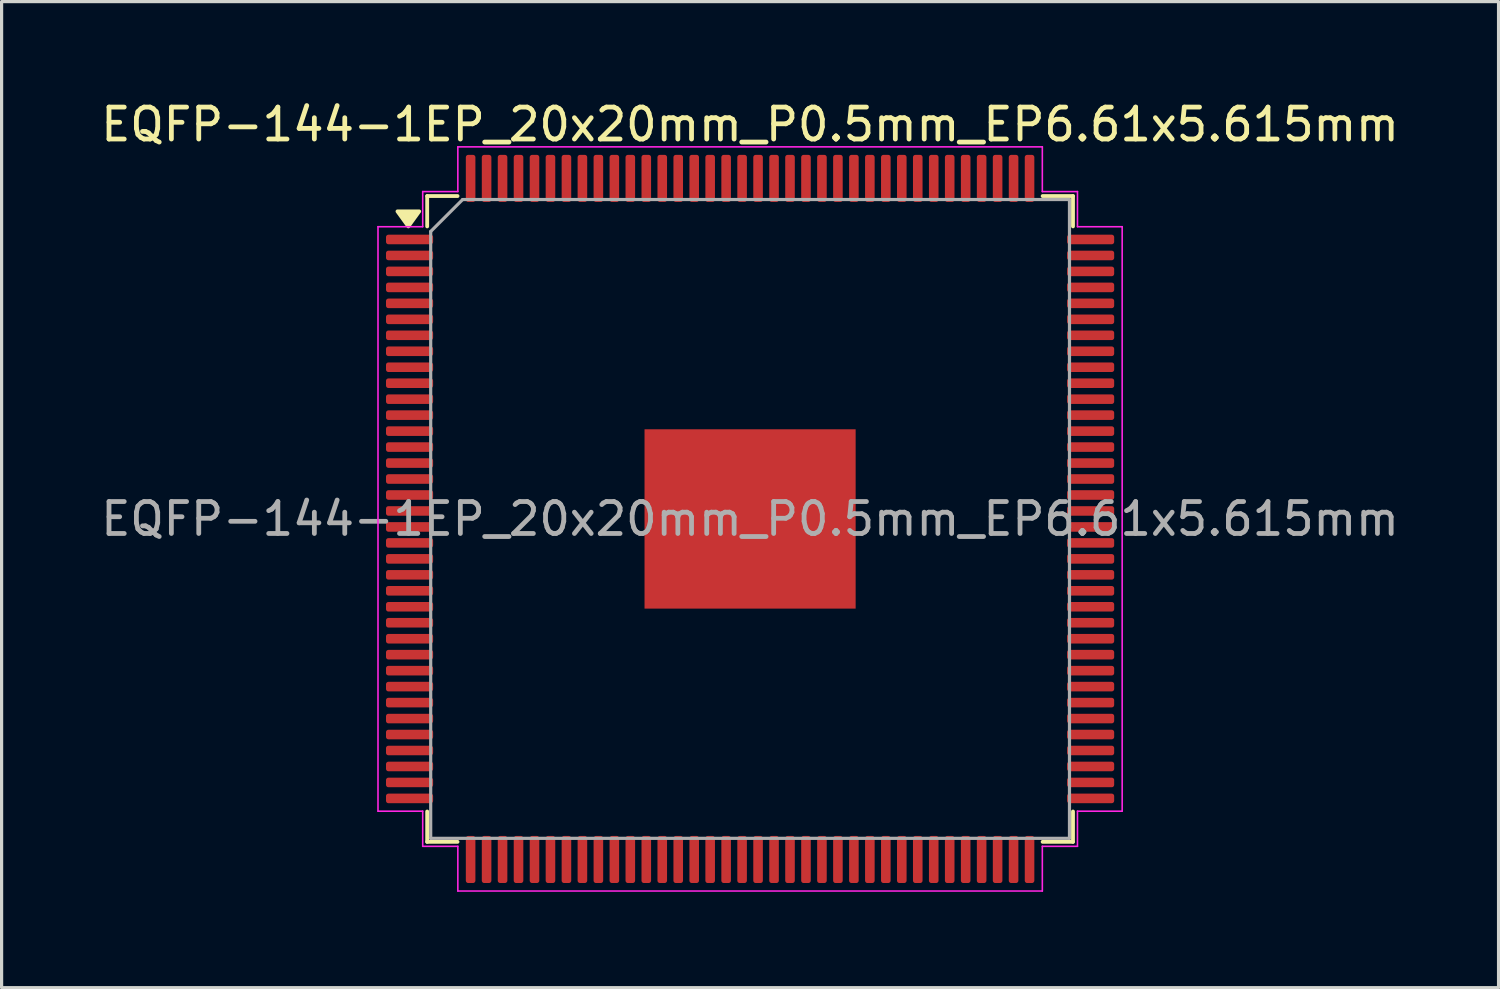
<source format=kicad_pcb>
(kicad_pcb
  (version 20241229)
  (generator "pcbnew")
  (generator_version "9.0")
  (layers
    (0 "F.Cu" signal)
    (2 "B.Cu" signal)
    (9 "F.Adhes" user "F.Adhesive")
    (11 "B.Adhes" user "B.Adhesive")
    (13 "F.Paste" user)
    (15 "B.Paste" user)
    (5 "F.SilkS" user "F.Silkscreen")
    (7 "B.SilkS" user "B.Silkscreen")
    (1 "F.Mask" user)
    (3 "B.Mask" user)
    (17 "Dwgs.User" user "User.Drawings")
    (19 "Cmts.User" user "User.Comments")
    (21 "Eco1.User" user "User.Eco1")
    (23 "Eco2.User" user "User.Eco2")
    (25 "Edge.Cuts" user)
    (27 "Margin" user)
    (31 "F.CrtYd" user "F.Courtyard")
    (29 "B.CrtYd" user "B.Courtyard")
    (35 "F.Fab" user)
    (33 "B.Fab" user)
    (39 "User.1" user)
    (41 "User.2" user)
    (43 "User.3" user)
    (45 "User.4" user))
  (footprint "EQFP-144-1EP_20x20mm_P0.5mm_EP6.61x5.615mm"
    (layer "F.Cu")
    (at 20.435 13.198)
    (property "Reference" "EQFP-144-1EP_20x20mm_P0.5mm_EP6.61x5.615mm" (at 0 -12.35 0) (layer "F.SilkS") (effects (font (size 1 1) (thickness 0.15))))
    (attr smd)
    (fp_line (start -10.11 -10.11) (end -10.11 -9.16) (stroke (width 0.12) (type solid)) (layer "F.SilkS"))
    (fp_line (start -10.11 10.11) (end -10.11 9.16) (stroke (width 0.12) (type solid)) (layer "F.SilkS"))
    (fp_line (start -9.16 -10.11) (end -10.11 -10.11) (stroke (width 0.12) (type solid)) (layer "F.SilkS"))
    (fp_line (start -9.16 10.11) (end -10.11 10.11) (stroke (width 0.12) (type solid)) (layer "F.SilkS"))
    (fp_line (start 9.16 -10.11) (end 10.11 -10.11) (stroke (width 0.12) (type solid)) (layer "F.SilkS"))
    (fp_line (start 9.16 10.11) (end 10.11 10.11) (stroke (width 0.12) (type solid)) (layer "F.SilkS"))
    (fp_line (start 10.11 -10.11) (end 10.11 -9.16) (stroke (width 0.12) (type solid)) (layer "F.SilkS"))
    (fp_line (start 10.11 10.11) (end 10.11 9.16) (stroke (width 0.12) (type solid)) (layer "F.SilkS"))
    (fp_poly (pts (xy -10.7 -9.16) (xy -11.04 -9.63) (xy -10.36 -9.63)) (stroke (width 0.12) (type solid)) (fill yes) (layer "F.SilkS"))
    (fp_line (start -11.65 -9.15) (end -10.25 -9.15) (stroke (width 0.05) (type solid)) (layer "F.CrtYd"))
    (fp_line (start -11.65 9.15) (end -11.65 -9.15) (stroke (width 0.05) (type solid)) (layer "F.CrtYd"))
    (fp_line (start -10.25 -10.25) (end -9.15 -10.25) (stroke (width 0.05) (type solid)) (layer "F.CrtYd"))
    (fp_line (start -10.25 -9.15) (end -10.25 -10.25) (stroke (width 0.05) (type solid)) (layer "F.CrtYd"))
    (fp_line (start -10.25 9.15) (end -11.65 9.15) (stroke (width 0.05) (type solid)) (layer "F.CrtYd"))
    (fp_line (start -10.25 10.25) (end -10.25 9.15) (stroke (width 0.05) (type solid)) (layer "F.CrtYd"))
    (fp_line (start -9.15 -11.65) (end 9.15 -11.65) (stroke (width 0.05) (type solid)) (layer "F.CrtYd"))
    (fp_line (start -9.15 -10.25) (end -9.15 -11.65) (stroke (width 0.05) (type solid)) (layer "F.CrtYd"))
    (fp_line (start -9.15 10.25) (end -10.25 10.25) (stroke (width 0.05) (type solid)) (layer "F.CrtYd"))
    (fp_line (start -9.15 11.65) (end -9.15 10.25) (stroke (width 0.05) (type solid)) (layer "F.CrtYd"))
    (fp_line (start 9.15 -11.65) (end 9.15 -10.25) (stroke (width 0.05) (type solid)) (layer "F.CrtYd"))
    (fp_line (start 9.15 -10.25) (end 10.25 -10.25) (stroke (width 0.05) (type solid)) (layer "F.CrtYd"))
    (fp_line (start 9.15 10.25) (end 9.15 11.65) (stroke (width 0.05) (type solid)) (layer "F.CrtYd"))
    (fp_line (start 9.15 11.65) (end -9.15 11.65) (stroke (width 0.05) (type solid)) (layer "F.CrtYd"))
    (fp_line (start 10.25 -10.25) (end 10.25 -9.15) (stroke (width 0.05) (type solid)) (layer "F.CrtYd"))
    (fp_line (start 10.25 -9.15) (end 11.65 -9.15) (stroke (width 0.05) (type solid)) (layer "F.CrtYd"))
    (fp_line (start 10.25 9.15) (end 10.25 10.25) (stroke (width 0.05) (type solid)) (layer "F.CrtYd"))
    (fp_line (start 10.25 10.25) (end 9.15 10.25) (stroke (width 0.05) (type solid)) (layer "F.CrtYd"))
    (fp_line (start 11.65 -9.15) (end 11.65 9.15) (stroke (width 0.05) (type solid)) (layer "F.CrtYd"))
    (fp_line (start 11.65 9.15) (end 10.25 9.15) (stroke (width 0.05) (type solid)) (layer "F.CrtYd"))
    (fp_line (start -10 -9) (end -9 -10) (stroke (width 0.1) (type solid)) (layer "F.Fab"))
    (fp_line (start -10 10) (end -10 -9) (stroke (width 0.1) (type solid)) (layer "F.Fab"))
    (fp_line (start -9 -10) (end 10 -10) (stroke (width 0.1) (type solid)) (layer "F.Fab"))
    (fp_line (start 10 -10) (end 10 10) (stroke (width 0.1) (type solid)) (layer "F.Fab"))
    (fp_line (start 10 10) (end -10 10) (stroke (width 0.1) (type solid)) (layer "F.Fab"))
    (fp_text user "${REFERENCE}" (at 0 0 0) (layer "F.Fab") (effects (font (size 1 1) (thickness 0.15))))
    (pad "" smd roundrect (at -2.64 -2.1) (size 1.07 1.13) (layers "F.Paste") (roundrect_rratio 0.234))
    (pad "" smd roundrect (at -2.64 -0.7) (size 1.07 1.13) (layers "F.Paste") (roundrect_rratio 0.234))
    (pad "" smd roundrect (at -2.64 0.7) (size 1.07 1.13) (layers "F.Paste") (roundrect_rratio 0.234))
    (pad "" smd roundrect (at -2.64 2.1) (size 1.07 1.13) (layers "F.Paste") (roundrect_rratio 0.234))
    (pad "" smd roundrect (at -1.32 -2.1) (size 1.07 1.13) (layers "F.Paste") (roundrect_rratio 0.234))
    (pad "" smd roundrect (at -1.32 -0.7) (size 1.07 1.13) (layers "F.Paste") (roundrect_rratio 0.234))
    (pad "" smd roundrect (at -1.32 0.7) (size 1.07 1.13) (layers "F.Paste") (roundrect_rratio 0.234))
    (pad "" smd roundrect (at -1.32 2.1) (size 1.07 1.13) (layers "F.Paste") (roundrect_rratio 0.234))
    (pad "" smd roundrect (at 0 -2.1) (size 1.07 1.13) (layers "F.Paste") (roundrect_rratio 0.234))
    (pad "" smd roundrect (at 0 -0.7) (size 1.07 1.13) (layers "F.Paste") (roundrect_rratio 0.234))
    (pad "" smd roundrect (at 0 0.7) (size 1.07 1.13) (layers "F.Paste") (roundrect_rratio 0.234))
    (pad "" smd roundrect (at 0 2.1) (size 1.07 1.13) (layers "F.Paste") (roundrect_rratio 0.234))
    (pad "" smd roundrect (at 1.32 -2.1) (size 1.07 1.13) (layers "F.Paste") (roundrect_rratio 0.234))
    (pad "" smd roundrect (at 1.32 -0.7) (size 1.07 1.13) (layers "F.Paste") (roundrect_rratio 0.234))
    (pad "" smd roundrect (at 1.32 0.7) (size 1.07 1.13) (layers "F.Paste") (roundrect_rratio 0.234))
    (pad "" smd roundrect (at 1.32 2.1) (size 1.07 1.13) (layers "F.Paste") (roundrect_rratio 0.234))
    (pad "" smd roundrect (at 2.64 -2.1) (size 1.07 1.13) (layers "F.Paste") (roundrect_rratio 0.234))
    (pad "" smd roundrect (at 2.64 -0.7) (size 1.07 1.13) (layers "F.Paste") (roundrect_rratio 0.234))
    (pad "" smd roundrect (at 2.64 0.7) (size 1.07 1.13) (layers "F.Paste") (roundrect_rratio 0.234))
    (pad "" smd roundrect (at 2.64 2.1) (size 1.07 1.13) (layers "F.Paste") (roundrect_rratio 0.234))
    (pad "1" smd roundrect (at -10.662 -8.75) (size 1.475 0.3) (layers "F.Cu" "F.Mask" "F.Paste") (roundrect_rratio 0.25))
    (pad "2" smd roundrect (at -10.662 -8.25) (size 1.475 0.3) (layers "F.Cu" "F.Mask" "F.Paste") (roundrect_rratio 0.25))
    (pad "3" smd roundrect (at -10.662 -7.75) (size 1.475 0.3) (layers "F.Cu" "F.Mask" "F.Paste") (roundrect_rratio 0.25))
    (pad "4" smd roundrect (at -10.662 -7.25) (size 1.475 0.3) (layers "F.Cu" "F.Mask" "F.Paste") (roundrect_rratio 0.25))
    (pad "5" smd roundrect (at -10.662 -6.75) (size 1.475 0.3) (layers "F.Cu" "F.Mask" "F.Paste") (roundrect_rratio 0.25))
    (pad "6" smd roundrect (at -10.662 -6.25) (size 1.475 0.3) (layers "F.Cu" "F.Mask" "F.Paste") (roundrect_rratio 0.25))
    (pad "7" smd roundrect (at -10.662 -5.75) (size 1.475 0.3) (layers "F.Cu" "F.Mask" "F.Paste") (roundrect_rratio 0.25))
    (pad "8" smd roundrect (at -10.662 -5.25) (size 1.475 0.3) (layers "F.Cu" "F.Mask" "F.Paste") (roundrect_rratio 0.25))
    (pad "9" smd roundrect (at -10.662 -4.75) (size 1.475 0.3) (layers "F.Cu" "F.Mask" "F.Paste") (roundrect_rratio 0.25))
    (pad "10" smd roundrect (at -10.662 -4.25) (size 1.475 0.3) (layers "F.Cu" "F.Mask" "F.Paste") (roundrect_rratio 0.25))
    (pad "11" smd roundrect (at -10.662 -3.75) (size 1.475 0.3) (layers "F.Cu" "F.Mask" "F.Paste") (roundrect_rratio 0.25))
    (pad "12" smd roundrect (at -10.662 -3.25) (size 1.475 0.3) (layers "F.Cu" "F.Mask" "F.Paste") (roundrect_rratio 0.25))
    (pad "13" smd roundrect (at -10.662 -2.75) (size 1.475 0.3) (layers "F.Cu" "F.Mask" "F.Paste") (roundrect_rratio 0.25))
    (pad "14" smd roundrect (at -10.662 -2.25) (size 1.475 0.3) (layers "F.Cu" "F.Mask" "F.Paste") (roundrect_rratio 0.25))
    (pad "15" smd roundrect (at -10.662 -1.75) (size 1.475 0.3) (layers "F.Cu" "F.Mask" "F.Paste") (roundrect_rratio 0.25))
    (pad "16" smd roundrect (at -10.662 -1.25) (size 1.475 0.3) (layers "F.Cu" "F.Mask" "F.Paste") (roundrect_rratio 0.25))
    (pad "17" smd roundrect (at -10.662 -0.75) (size 1.475 0.3) (layers "F.Cu" "F.Mask" "F.Paste") (roundrect_rratio 0.25))
    (pad "18" smd roundrect (at -10.662 -0.25) (size 1.475 0.3) (layers "F.Cu" "F.Mask" "F.Paste") (roundrect_rratio 0.25))
    (pad "19" smd roundrect (at -10.662 0.25) (size 1.475 0.3) (layers "F.Cu" "F.Mask" "F.Paste") (roundrect_rratio 0.25))
    (pad "20" smd roundrect (at -10.662 0.75) (size 1.475 0.3) (layers "F.Cu" "F.Mask" "F.Paste") (roundrect_rratio 0.25))
    (pad "21" smd roundrect (at -10.662 1.25) (size 1.475 0.3) (layers "F.Cu" "F.Mask" "F.Paste") (roundrect_rratio 0.25))
    (pad "22" smd roundrect (at -10.662 1.75) (size 1.475 0.3) (layers "F.Cu" "F.Mask" "F.Paste") (roundrect_rratio 0.25))
    (pad "23" smd roundrect (at -10.662 2.25) (size 1.475 0.3) (layers "F.Cu" "F.Mask" "F.Paste") (roundrect_rratio 0.25))
    (pad "24" smd roundrect (at -10.662 2.75) (size 1.475 0.3) (layers "F.Cu" "F.Mask" "F.Paste") (roundrect_rratio 0.25))
    (pad "25" smd roundrect (at -10.662 3.25) (size 1.475 0.3) (layers "F.Cu" "F.Mask" "F.Paste") (roundrect_rratio 0.25))
    (pad "26" smd roundrect (at -10.662 3.75) (size 1.475 0.3) (layers "F.Cu" "F.Mask" "F.Paste") (roundrect_rratio 0.25))
    (pad "27" smd roundrect (at -10.662 4.25) (size 1.475 0.3) (layers "F.Cu" "F.Mask" "F.Paste") (roundrect_rratio 0.25))
    (pad "28" smd roundrect (at -10.662 4.75) (size 1.475 0.3) (layers "F.Cu" "F.Mask" "F.Paste") (roundrect_rratio 0.25))
    (pad "29" smd roundrect (at -10.662 5.25) (size 1.475 0.3) (layers "F.Cu" "F.Mask" "F.Paste") (roundrect_rratio 0.25))
    (pad "30" smd roundrect (at -10.662 5.75) (size 1.475 0.3) (layers "F.Cu" "F.Mask" "F.Paste") (roundrect_rratio 0.25))
    (pad "31" smd roundrect (at -10.662 6.25) (size 1.475 0.3) (layers "F.Cu" "F.Mask" "F.Paste") (roundrect_rratio 0.25))
    (pad "32" smd roundrect (at -10.662 6.75) (size 1.475 0.3) (layers "F.Cu" "F.Mask" "F.Paste") (roundrect_rratio 0.25))
    (pad "33" smd roundrect (at -10.662 7.25) (size 1.475 0.3) (layers "F.Cu" "F.Mask" "F.Paste") (roundrect_rratio 0.25))
    (pad "34" smd roundrect (at -10.662 7.75) (size 1.475 0.3) (layers "F.Cu" "F.Mask" "F.Paste") (roundrect_rratio 0.25))
    (pad "35" smd roundrect (at -10.662 8.25) (size 1.475 0.3) (layers "F.Cu" "F.Mask" "F.Paste") (roundrect_rratio 0.25))
    (pad "36" smd roundrect (at -10.662 8.75) (size 1.475 0.3) (layers "F.Cu" "F.Mask" "F.Paste") (roundrect_rratio 0.25))
    (pad "37" smd roundrect (at -8.75 10.662) (size 0.3 1.475) (layers "F.Cu" "F.Mask" "F.Paste") (roundrect_rratio 0.25))
    (pad "38" smd roundrect (at -8.25 10.662) (size 0.3 1.475) (layers "F.Cu" "F.Mask" "F.Paste") (roundrect_rratio 0.25))
    (pad "39" smd roundrect (at -7.75 10.662) (size 0.3 1.475) (layers "F.Cu" "F.Mask" "F.Paste") (roundrect_rratio 0.25))
    (pad "40" smd roundrect (at -7.25 10.662) (size 0.3 1.475) (layers "F.Cu" "F.Mask" "F.Paste") (roundrect_rratio 0.25))
    (pad "41" smd roundrect (at -6.75 10.662) (size 0.3 1.475) (layers "F.Cu" "F.Mask" "F.Paste") (roundrect_rratio 0.25))
    (pad "42" smd roundrect (at -6.25 10.662) (size 0.3 1.475) (layers "F.Cu" "F.Mask" "F.Paste") (roundrect_rratio 0.25))
    (pad "43" smd roundrect (at -5.75 10.662) (size 0.3 1.475) (layers "F.Cu" "F.Mask" "F.Paste") (roundrect_rratio 0.25))
    (pad "44" smd roundrect (at -5.25 10.662) (size 0.3 1.475) (layers "F.Cu" "F.Mask" "F.Paste") (roundrect_rratio 0.25))
    (pad "45" smd roundrect (at -4.75 10.662) (size 0.3 1.475) (layers "F.Cu" "F.Mask" "F.Paste") (roundrect_rratio 0.25))
    (pad "46" smd roundrect (at -4.25 10.662) (size 0.3 1.475) (layers "F.Cu" "F.Mask" "F.Paste") (roundrect_rratio 0.25))
    (pad "47" smd roundrect (at -3.75 10.662) (size 0.3 1.475) (layers "F.Cu" "F.Mask" "F.Paste") (roundrect_rratio 0.25))
    (pad "48" smd roundrect (at -3.25 10.662) (size 0.3 1.475) (layers "F.Cu" "F.Mask" "F.Paste") (roundrect_rratio 0.25))
    (pad "49" smd roundrect (at -2.75 10.662) (size 0.3 1.475) (layers "F.Cu" "F.Mask" "F.Paste") (roundrect_rratio 0.25))
    (pad "50" smd roundrect (at -2.25 10.662) (size 0.3 1.475) (layers "F.Cu" "F.Mask" "F.Paste") (roundrect_rratio 0.25))
    (pad "51" smd roundrect (at -1.75 10.662) (size 0.3 1.475) (layers "F.Cu" "F.Mask" "F.Paste") (roundrect_rratio 0.25))
    (pad "52" smd roundrect (at -1.25 10.662) (size 0.3 1.475) (layers "F.Cu" "F.Mask" "F.Paste") (roundrect_rratio 0.25))
    (pad "53" smd roundrect (at -0.75 10.662) (size 0.3 1.475) (layers "F.Cu" "F.Mask" "F.Paste") (roundrect_rratio 0.25))
    (pad "54" smd roundrect (at -0.25 10.662) (size 0.3 1.475) (layers "F.Cu" "F.Mask" "F.Paste") (roundrect_rratio 0.25))
    (pad "55" smd roundrect (at 0.25 10.662) (size 0.3 1.475) (layers "F.Cu" "F.Mask" "F.Paste") (roundrect_rratio 0.25))
    (pad "56" smd roundrect (at 0.75 10.662) (size 0.3 1.475) (layers "F.Cu" "F.Mask" "F.Paste") (roundrect_rratio 0.25))
    (pad "57" smd roundrect (at 1.25 10.662) (size 0.3 1.475) (layers "F.Cu" "F.Mask" "F.Paste") (roundrect_rratio 0.25))
    (pad "58" smd roundrect (at 1.75 10.662) (size 0.3 1.475) (layers "F.Cu" "F.Mask" "F.Paste") (roundrect_rratio 0.25))
    (pad "59" smd roundrect (at 2.25 10.662) (size 0.3 1.475) (layers "F.Cu" "F.Mask" "F.Paste") (roundrect_rratio 0.25))
    (pad "60" smd roundrect (at 2.75 10.662) (size 0.3 1.475) (layers "F.Cu" "F.Mask" "F.Paste") (roundrect_rratio 0.25))
    (pad "61" smd roundrect (at 3.25 10.662) (size 0.3 1.475) (layers "F.Cu" "F.Mask" "F.Paste") (roundrect_rratio 0.25))
    (pad "62" smd roundrect (at 3.75 10.662) (size 0.3 1.475) (layers "F.Cu" "F.Mask" "F.Paste") (roundrect_rratio 0.25))
    (pad "63" smd roundrect (at 4.25 10.662) (size 0.3 1.475) (layers "F.Cu" "F.Mask" "F.Paste") (roundrect_rratio 0.25))
    (pad "64" smd roundrect (at 4.75 10.662) (size 0.3 1.475) (layers "F.Cu" "F.Mask" "F.Paste") (roundrect_rratio 0.25))
    (pad "65" smd roundrect (at 5.25 10.662) (size 0.3 1.475) (layers "F.Cu" "F.Mask" "F.Paste") (roundrect_rratio 0.25))
    (pad "66" smd roundrect (at 5.75 10.662) (size 0.3 1.475) (layers "F.Cu" "F.Mask" "F.Paste") (roundrect_rratio 0.25))
    (pad "67" smd roundrect (at 6.25 10.662) (size 0.3 1.475) (layers "F.Cu" "F.Mask" "F.Paste") (roundrect_rratio 0.25))
    (pad "68" smd roundrect (at 6.75 10.662) (size 0.3 1.475) (layers "F.Cu" "F.Mask" "F.Paste") (roundrect_rratio 0.25))
    (pad "69" smd roundrect (at 7.25 10.662) (size 0.3 1.475) (layers "F.Cu" "F.Mask" "F.Paste") (roundrect_rratio 0.25))
    (pad "70" smd roundrect (at 7.75 10.662) (size 0.3 1.475) (layers "F.Cu" "F.Mask" "F.Paste") (roundrect_rratio 0.25))
    (pad "71" smd roundrect (at 8.25 10.662) (size 0.3 1.475) (layers "F.Cu" "F.Mask" "F.Paste") (roundrect_rratio 0.25))
    (pad "72" smd roundrect (at 8.75 10.662) (size 0.3 1.475) (layers "F.Cu" "F.Mask" "F.Paste") (roundrect_rratio 0.25))
    (pad "73" smd roundrect (at 10.662 8.75) (size 1.475 0.3) (layers "F.Cu" "F.Mask" "F.Paste") (roundrect_rratio 0.25))
    (pad "74" smd roundrect (at 10.662 8.25) (size 1.475 0.3) (layers "F.Cu" "F.Mask" "F.Paste") (roundrect_rratio 0.25))
    (pad "75" smd roundrect (at 10.662 7.75) (size 1.475 0.3) (layers "F.Cu" "F.Mask" "F.Paste") (roundrect_rratio 0.25))
    (pad "76" smd roundrect (at 10.662 7.25) (size 1.475 0.3) (layers "F.Cu" "F.Mask" "F.Paste") (roundrect_rratio 0.25))
    (pad "77" smd roundrect (at 10.662 6.75) (size 1.475 0.3) (layers "F.Cu" "F.Mask" "F.Paste") (roundrect_rratio 0.25))
    (pad "78" smd roundrect (at 10.662 6.25) (size 1.475 0.3) (layers "F.Cu" "F.Mask" "F.Paste") (roundrect_rratio 0.25))
    (pad "79" smd roundrect (at 10.662 5.75) (size 1.475 0.3) (layers "F.Cu" "F.Mask" "F.Paste") (roundrect_rratio 0.25))
    (pad "80" smd roundrect (at 10.662 5.25) (size 1.475 0.3) (layers "F.Cu" "F.Mask" "F.Paste") (roundrect_rratio 0.25))
    (pad "81" smd roundrect (at 10.662 4.75) (size 1.475 0.3) (layers "F.Cu" "F.Mask" "F.Paste") (roundrect_rratio 0.25))
    (pad "82" smd roundrect (at 10.662 4.25) (size 1.475 0.3) (layers "F.Cu" "F.Mask" "F.Paste") (roundrect_rratio 0.25))
    (pad "83" smd roundrect (at 10.662 3.75) (size 1.475 0.3) (layers "F.Cu" "F.Mask" "F.Paste") (roundrect_rratio 0.25))
    (pad "84" smd roundrect (at 10.662 3.25) (size 1.475 0.3) (layers "F.Cu" "F.Mask" "F.Paste") (roundrect_rratio 0.25))
    (pad "85" smd roundrect (at 10.662 2.75) (size 1.475 0.3) (layers "F.Cu" "F.Mask" "F.Paste") (roundrect_rratio 0.25))
    (pad "86" smd roundrect (at 10.662 2.25) (size 1.475 0.3) (layers "F.Cu" "F.Mask" "F.Paste") (roundrect_rratio 0.25))
    (pad "87" smd roundrect (at 10.662 1.75) (size 1.475 0.3) (layers "F.Cu" "F.Mask" "F.Paste") (roundrect_rratio 0.25))
    (pad "88" smd roundrect (at 10.662 1.25) (size 1.475 0.3) (layers "F.Cu" "F.Mask" "F.Paste") (roundrect_rratio 0.25))
    (pad "89" smd roundrect (at 10.662 0.75) (size 1.475 0.3) (layers "F.Cu" "F.Mask" "F.Paste") (roundrect_rratio 0.25))
    (pad "90" smd roundrect (at 10.662 0.25) (size 1.475 0.3) (layers "F.Cu" "F.Mask" "F.Paste") (roundrect_rratio 0.25))
    (pad "91" smd roundrect (at 10.662 -0.25) (size 1.475 0.3) (layers "F.Cu" "F.Mask" "F.Paste") (roundrect_rratio 0.25))
    (pad "92" smd roundrect (at 10.662 -0.75) (size 1.475 0.3) (layers "F.Cu" "F.Mask" "F.Paste") (roundrect_rratio 0.25))
    (pad "93" smd roundrect (at 10.662 -1.25) (size 1.475 0.3) (layers "F.Cu" "F.Mask" "F.Paste") (roundrect_rratio 0.25))
    (pad "94" smd roundrect (at 10.662 -1.75) (size 1.475 0.3) (layers "F.Cu" "F.Mask" "F.Paste") (roundrect_rratio 0.25))
    (pad "95" smd roundrect (at 10.662 -2.25) (size 1.475 0.3) (layers "F.Cu" "F.Mask" "F.Paste") (roundrect_rratio 0.25))
    (pad "96" smd roundrect (at 10.662 -2.75) (size 1.475 0.3) (layers "F.Cu" "F.Mask" "F.Paste") (roundrect_rratio 0.25))
    (pad "97" smd roundrect (at 10.662 -3.25) (size 1.475 0.3) (layers "F.Cu" "F.Mask" "F.Paste") (roundrect_rratio 0.25))
    (pad "98" smd roundrect (at 10.662 -3.75) (size 1.475 0.3) (layers "F.Cu" "F.Mask" "F.Paste") (roundrect_rratio 0.25))
    (pad "99" smd roundrect (at 10.662 -4.25) (size 1.475 0.3) (layers "F.Cu" "F.Mask" "F.Paste") (roundrect_rratio 0.25))
    (pad "100" smd roundrect (at 10.662 -4.75) (size 1.475 0.3) (layers "F.Cu" "F.Mask" "F.Paste") (roundrect_rratio 0.25))
    (pad "101" smd roundrect (at 10.662 -5.25) (size 1.475 0.3) (layers "F.Cu" "F.Mask" "F.Paste") (roundrect_rratio 0.25))
    (pad "102" smd roundrect (at 10.662 -5.75) (size 1.475 0.3) (layers "F.Cu" "F.Mask" "F.Paste") (roundrect_rratio 0.25))
    (pad "103" smd roundrect (at 10.662 -6.25) (size 1.475 0.3) (layers "F.Cu" "F.Mask" "F.Paste") (roundrect_rratio 0.25))
    (pad "104" smd roundrect (at 10.662 -6.75) (size 1.475 0.3) (layers "F.Cu" "F.Mask" "F.Paste") (roundrect_rratio 0.25))
    (pad "105" smd roundrect (at 10.662 -7.25) (size 1.475 0.3) (layers "F.Cu" "F.Mask" "F.Paste") (roundrect_rratio 0.25))
    (pad "106" smd roundrect (at 10.662 -7.75) (size 1.475 0.3) (layers "F.Cu" "F.Mask" "F.Paste") (roundrect_rratio 0.25))
    (pad "107" smd roundrect (at 10.662 -8.25) (size 1.475 0.3) (layers "F.Cu" "F.Mask" "F.Paste") (roundrect_rratio 0.25))
    (pad "108" smd roundrect (at 10.662 -8.75) (size 1.475 0.3) (layers "F.Cu" "F.Mask" "F.Paste") (roundrect_rratio 0.25))
    (pad "109" smd roundrect (at 8.75 -10.662) (size 0.3 1.475) (layers "F.Cu" "F.Mask" "F.Paste") (roundrect_rratio 0.25))
    (pad "110" smd roundrect (at 8.25 -10.662) (size 0.3 1.475) (layers "F.Cu" "F.Mask" "F.Paste") (roundrect_rratio 0.25))
    (pad "111" smd roundrect (at 7.75 -10.662) (size 0.3 1.475) (layers "F.Cu" "F.Mask" "F.Paste") (roundrect_rratio 0.25))
    (pad "112" smd roundrect (at 7.25 -10.662) (size 0.3 1.475) (layers "F.Cu" "F.Mask" "F.Paste") (roundrect_rratio 0.25))
    (pad "113" smd roundrect (at 6.75 -10.662) (size 0.3 1.475) (layers "F.Cu" "F.Mask" "F.Paste") (roundrect_rratio 0.25))
    (pad "114" smd roundrect (at 6.25 -10.662) (size 0.3 1.475) (layers "F.Cu" "F.Mask" "F.Paste") (roundrect_rratio 0.25))
    (pad "115" smd roundrect (at 5.75 -10.662) (size 0.3 1.475) (layers "F.Cu" "F.Mask" "F.Paste") (roundrect_rratio 0.25))
    (pad "116" smd roundrect (at 5.25 -10.662) (size 0.3 1.475) (layers "F.Cu" "F.Mask" "F.Paste") (roundrect_rratio 0.25))
    (pad "117" smd roundrect (at 4.75 -10.662) (size 0.3 1.475) (layers "F.Cu" "F.Mask" "F.Paste") (roundrect_rratio 0.25))
    (pad "118" smd roundrect (at 4.25 -10.662) (size 0.3 1.475) (layers "F.Cu" "F.Mask" "F.Paste") (roundrect_rratio 0.25))
    (pad "119" smd roundrect (at 3.75 -10.662) (size 0.3 1.475) (layers "F.Cu" "F.Mask" "F.Paste") (roundrect_rratio 0.25))
    (pad "120" smd roundrect (at 3.25 -10.662) (size 0.3 1.475) (layers "F.Cu" "F.Mask" "F.Paste") (roundrect_rratio 0.25))
    (pad "121" smd roundrect (at 2.75 -10.662) (size 0.3 1.475) (layers "F.Cu" "F.Mask" "F.Paste") (roundrect_rratio 0.25))
    (pad "122" smd roundrect (at 2.25 -10.662) (size 0.3 1.475) (layers "F.Cu" "F.Mask" "F.Paste") (roundrect_rratio 0.25))
    (pad "123" smd roundrect (at 1.75 -10.662) (size 0.3 1.475) (layers "F.Cu" "F.Mask" "F.Paste") (roundrect_rratio 0.25))
    (pad "124" smd roundrect (at 1.25 -10.662) (size 0.3 1.475) (layers "F.Cu" "F.Mask" "F.Paste") (roundrect_rratio 0.25))
    (pad "125" smd roundrect (at 0.75 -10.662) (size 0.3 1.475) (layers "F.Cu" "F.Mask" "F.Paste") (roundrect_rratio 0.25))
    (pad "126" smd roundrect (at 0.25 -10.662) (size 0.3 1.475) (layers "F.Cu" "F.Mask" "F.Paste") (roundrect_rratio 0.25))
    (pad "127" smd roundrect (at -0.25 -10.662) (size 0.3 1.475) (layers "F.Cu" "F.Mask" "F.Paste") (roundrect_rratio 0.25))
    (pad "128" smd roundrect (at -0.75 -10.662) (size 0.3 1.475) (layers "F.Cu" "F.Mask" "F.Paste") (roundrect_rratio 0.25))
    (pad "129" smd roundrect (at -1.25 -10.662) (size 0.3 1.475) (layers "F.Cu" "F.Mask" "F.Paste") (roundrect_rratio 0.25))
    (pad "130" smd roundrect (at -1.75 -10.662) (size 0.3 1.475) (layers "F.Cu" "F.Mask" "F.Paste") (roundrect_rratio 0.25))
    (pad "131" smd roundrect (at -2.25 -10.662) (size 0.3 1.475) (layers "F.Cu" "F.Mask" "F.Paste") (roundrect_rratio 0.25))
    (pad "132" smd roundrect (at -2.75 -10.662) (size 0.3 1.475) (layers "F.Cu" "F.Mask" "F.Paste") (roundrect_rratio 0.25))
    (pad "133" smd roundrect (at -3.25 -10.662) (size 0.3 1.475) (layers "F.Cu" "F.Mask" "F.Paste") (roundrect_rratio 0.25))
    (pad "134" smd roundrect (at -3.75 -10.662) (size 0.3 1.475) (layers "F.Cu" "F.Mask" "F.Paste") (roundrect_rratio 0.25))
    (pad "135" smd roundrect (at -4.25 -10.662) (size 0.3 1.475) (layers "F.Cu" "F.Mask" "F.Paste") (roundrect_rratio 0.25))
    (pad "136" smd roundrect (at -4.75 -10.662) (size 0.3 1.475) (layers "F.Cu" "F.Mask" "F.Paste") (roundrect_rratio 0.25))
    (pad "137" smd roundrect (at -5.25 -10.662) (size 0.3 1.475) (layers "F.Cu" "F.Mask" "F.Paste") (roundrect_rratio 0.25))
    (pad "138" smd roundrect (at -5.75 -10.662) (size 0.3 1.475) (layers "F.Cu" "F.Mask" "F.Paste") (roundrect_rratio 0.25))
    (pad "139" smd roundrect (at -6.25 -10.662) (size 0.3 1.475) (layers "F.Cu" "F.Mask" "F.Paste") (roundrect_rratio 0.25))
    (pad "140" smd roundrect (at -6.75 -10.662) (size 0.3 1.475) (layers "F.Cu" "F.Mask" "F.Paste") (roundrect_rratio 0.25))
    (pad "141" smd roundrect (at -7.25 -10.662) (size 0.3 1.475) (layers "F.Cu" "F.Mask" "F.Paste") (roundrect_rratio 0.25))
    (pad "142" smd roundrect (at -7.75 -10.662) (size 0.3 1.475) (layers "F.Cu" "F.Mask" "F.Paste") (roundrect_rratio 0.25))
    (pad "143" smd roundrect (at -8.25 -10.662) (size 0.3 1.475) (layers "F.Cu" "F.Mask" "F.Paste") (roundrect_rratio 0.25))
    (pad "144" smd roundrect (at -8.75 -10.662) (size 0.3 1.475) (layers "F.Cu" "F.Mask" "F.Paste") (roundrect_rratio 0.25))
    (pad "145" smd rect (at 0 0) (size 6.61 5.615) (property pad_prop_heatsink) (layers "F.Cu" "F.Mask")))
  (gr_rect
    (start -3 -3)
    (end 43.869 27.873)
    (stroke (width 0.1) (type default))
    (fill no)
    (layer "Edge.Cuts")))
</source>
